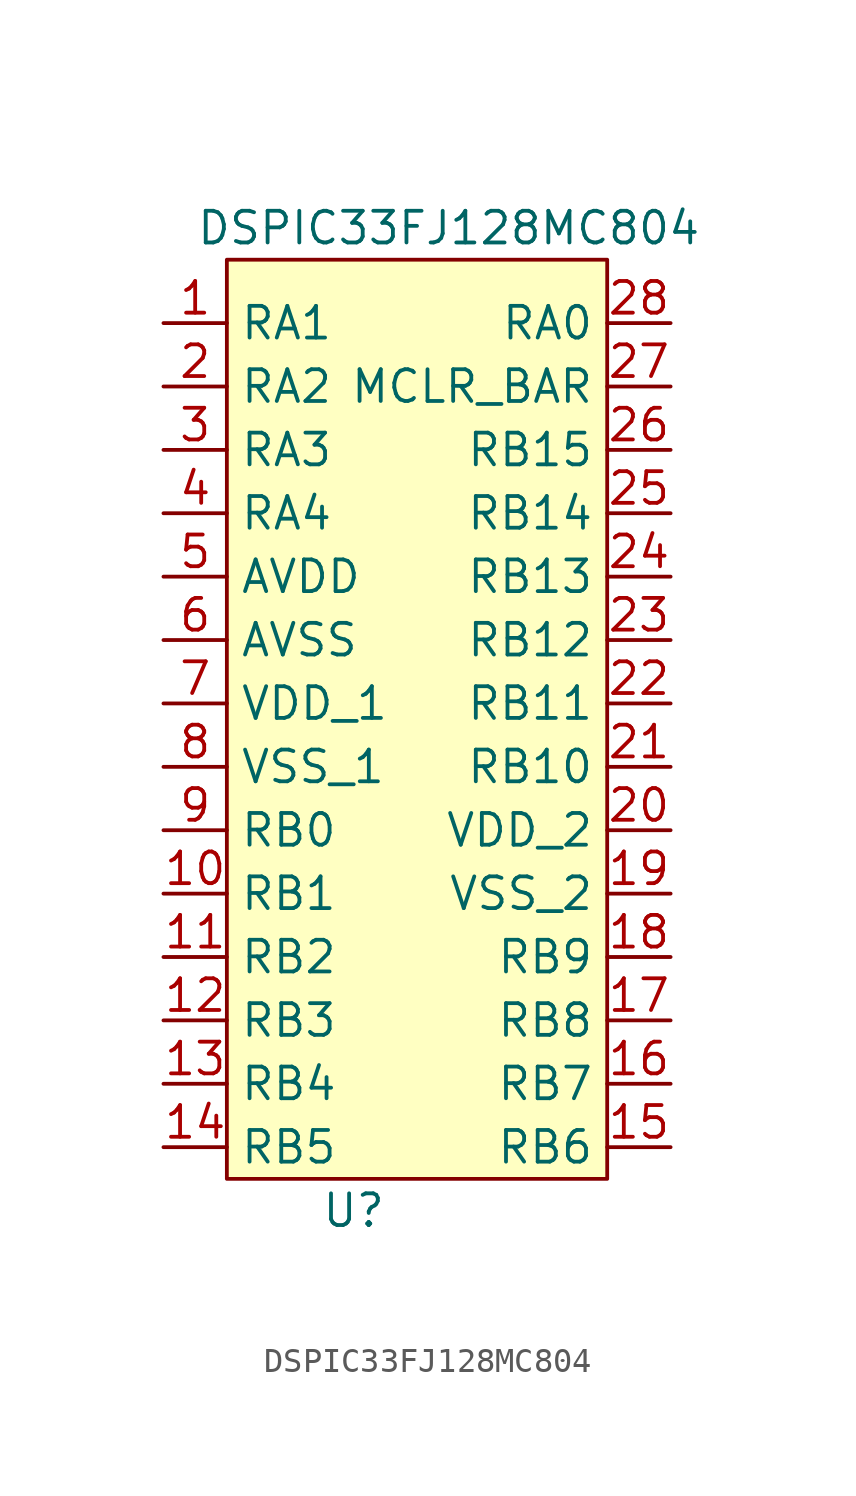
<source format=kicad_sym>
(kicad_symbol_lib
  (version 20211014)
  (generator kicad_symbol_editor)
  (symbol "DSPIC33FJ128MC804"
    (property "Reference" "U"
      (at 7.62 -39.37 0)
      (effects (font (size 1.27 1.27))))
    (property "Value" "DSPIC33FJ128MC804"
      (at 11.43 0 0)
      (effects (font (size 1.27 1.27))))
    (symbol "DSPIC33FJ128MC804_0_1"
      (rectangle (start 2.54 -1.27) (end 17.78 -38.1) (stroke (width 0.152) (type default) (color 0 0 0 0)) (fill (type background))))
    (symbol "DSPIC33FJ128MC804_1_1"
      (pin input line (at 0 -3.81 0) (length 2.54) (name "RA1" (effects (font (size 1.27 1.27)))) (number "1" (effects (font (size 1.27 1.27)))))
      (pin input line (at 0 -26.67 0) (length 2.54) (name "RB1" (effects (font (size 1.27 1.27)))) (number "10" (effects (font (size 1.27 1.27)))))
      (pin input line (at 0 -29.21 0) (length 2.54) (name "RB2" (effects (font (size 1.27 1.27)))) (number "11" (effects (font (size 1.27 1.27)))))
      (pin input line (at 0 -31.75 0) (length 2.54) (name "RB3" (effects (font (size 1.27 1.27)))) (number "12" (effects (font (size 1.27 1.27)))))
      (pin input line (at 0 -34.29 0) (length 2.54) (name "RB4" (effects (font (size 1.27 1.27)))) (number "13" (effects (font (size 1.27 1.27)))))
      (pin input line (at 0 -36.83 0) (length 2.54) (name "RB5" (effects (font (size 1.27 1.27)))) (number "14" (effects (font (size 1.27 1.27)))))
      (pin input line (at 20.32 -36.83 180) (length 2.54) (name "RB6" (effects (font (size 1.27 1.27)))) (number "15" (effects (font (size 1.27 1.27)))))
      (pin input line (at 20.32 -34.29 180) (length 2.54) (name "RB7" (effects (font (size 1.27 1.27)))) (number "16" (effects (font (size 1.27 1.27)))))
      (pin input line (at 20.32 -31.75 180) (length 2.54) (name "RB8" (effects (font (size 1.27 1.27)))) (number "17" (effects (font (size 1.27 1.27)))))
      (pin input line (at 20.32 -29.21 180) (length 2.54) (name "RB9" (effects (font (size 1.27 1.27)))) (number "18" (effects (font (size 1.27 1.27)))))
      (pin input line (at 20.32 -26.67 180) (length 2.54) (name "VSS_2" (effects (font (size 1.27 1.27)))) (number "19" (effects (font (size 1.27 1.27)))))
      (pin input line (at 0 -6.35 0) (length 2.54) (name "RA2" (effects (font (size 1.27 1.27)))) (number "2" (effects (font (size 1.27 1.27)))))
      (pin input line (at 20.32 -24.13 180) (length 2.54) (name "VDD_2" (effects (font (size 1.27 1.27)))) (number "20" (effects (font (size 1.27 1.27)))))
      (pin input line (at 20.32 -21.59 180) (length 2.54) (name "RB10" (effects (font (size 1.27 1.27)))) (number "21" (effects (font (size 1.27 1.27)))))
      (pin input line (at 20.32 -19.05 180) (length 2.54) (name "RB11" (effects (font (size 1.27 1.27)))) (number "22" (effects (font (size 1.27 1.27)))))
      (pin input line (at 20.32 -16.51 180) (length 2.54) (name "RB12" (effects (font (size 1.27 1.27)))) (number "23" (effects (font (size 1.27 1.27)))))
      (pin input line (at 20.32 -13.97 180) (length 2.54) (name "RB13" (effects (font (size 1.27 1.27)))) (number "24" (effects (font (size 1.27 1.27)))))
      (pin input line (at 20.32 -11.43 180) (length 2.54) (name "RB14" (effects (font (size 1.27 1.27)))) (number "25" (effects (font (size 1.27 1.27)))))
      (pin input line (at 20.32 -8.89 180) (length 2.54) (name "RB15" (effects (font (size 1.27 1.27)))) (number "26" (effects (font (size 1.27 1.27)))))
      (pin input line (at 20.32 -6.35 180) (length 2.54) (name "MCLR_BAR" (effects (font (size 1.27 1.27)))) (number "27" (effects (font (size 1.27 1.27)))))
      (pin input line (at 20.32 -3.81 180) (length 2.54) (name "RA0" (effects (font (size 1.27 1.27)))) (number "28" (effects (font (size 1.27 1.27)))))
      (pin input line (at 0 -8.89 0) (length 2.54) (name "RA3" (effects (font (size 1.27 1.27)))) (number "3" (effects (font (size 1.27 1.27)))))
      (pin input line (at 0 -11.43 0) (length 2.54) (name "RA4" (effects (font (size 1.27 1.27)))) (number "4" (effects (font (size 1.27 1.27)))))
      (pin input line (at 0 -13.97 0) (length 2.54) (name "AVDD" (effects (font (size 1.27 1.27)))) (number "5" (effects (font (size 1.27 1.27)))))
      (pin input line (at 0 -16.51 0) (length 2.54) (name "AVSS" (effects (font (size 1.27 1.27)))) (number "6" (effects (font (size 1.27 1.27)))))
      (pin input line (at 0 -19.05 0) (length 2.54) (name "VDD_1" (effects (font (size 1.27 1.27)))) (number "7" (effects (font (size 1.27 1.27)))))
      (pin input line (at 0 -21.59 0) (length 2.54) (name "VSS_1" (effects (font (size 1.27 1.27)))) (number "8" (effects (font (size 1.27 1.27)))))
      (pin input line (at 0 -24.13 0) (length 2.54) (name "RB0" (effects (font (size 1.27 1.27)))) (number "9" (effects (font (size 1.27 1.27))))))))
</source>
